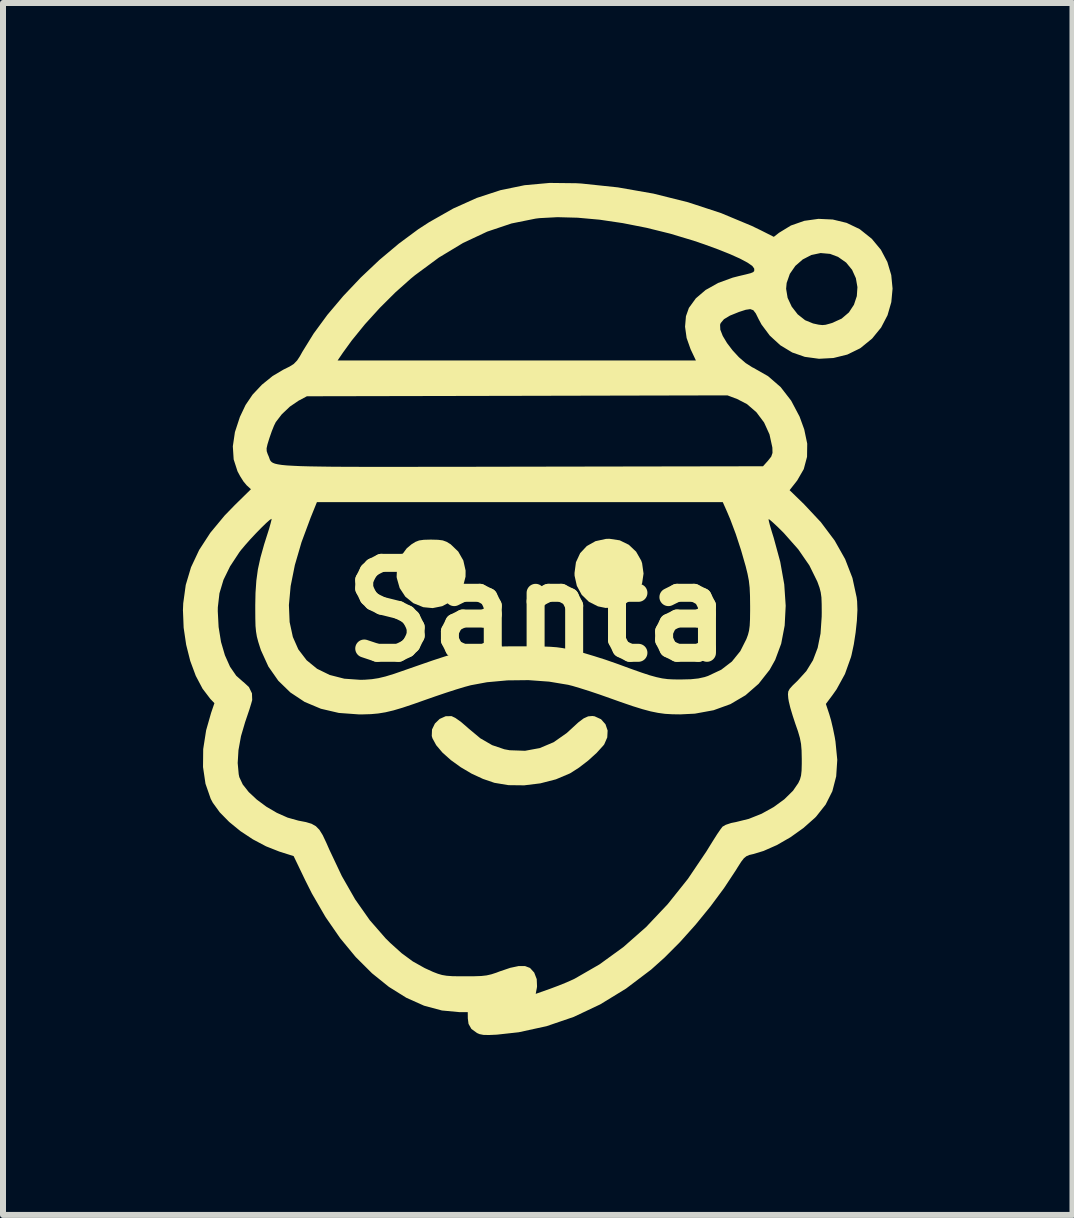
<source format=kicad_pcb>
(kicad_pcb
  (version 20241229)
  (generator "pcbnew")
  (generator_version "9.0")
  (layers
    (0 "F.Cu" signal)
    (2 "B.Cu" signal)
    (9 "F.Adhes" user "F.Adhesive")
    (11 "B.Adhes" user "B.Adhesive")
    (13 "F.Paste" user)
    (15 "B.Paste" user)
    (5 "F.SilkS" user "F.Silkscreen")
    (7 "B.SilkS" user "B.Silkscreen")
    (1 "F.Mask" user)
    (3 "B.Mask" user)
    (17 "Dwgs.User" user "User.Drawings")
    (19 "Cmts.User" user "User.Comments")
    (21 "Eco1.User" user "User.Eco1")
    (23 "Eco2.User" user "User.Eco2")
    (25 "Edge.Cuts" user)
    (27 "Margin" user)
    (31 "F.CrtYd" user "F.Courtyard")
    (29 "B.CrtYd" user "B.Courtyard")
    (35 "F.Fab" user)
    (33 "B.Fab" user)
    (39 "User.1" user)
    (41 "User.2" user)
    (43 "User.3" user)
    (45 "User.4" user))
  (footprint "Santa"
    (layer "F.Cu")
    (at 5.916 7.156)
    (property "Reference" "Santa" (at 0 0 0) (layer "F.SilkS") (effects (font (size 1.5 1.5) (thickness 0.3))))
    (attr board_only exclude_from_pos_files exclude_from_bom)
    (fp_poly (pts (xy 1.367 -1.197) (xy 1.518 -1.123) (xy 1.64 -1.008) (xy 1.725 -0.859) (xy 1.74 -0.815) (xy 1.764 -0.643) (xy 1.74 -0.481) (xy 1.674 -0.338) (xy 1.574 -0.218) (xy 1.445 -0.129) (xy 1.295 -0.077) (xy 1.13 -0.07) (xy 1.004 -0.096) (xy 0.853 -0.172) (xy 0.733 -0.289) (xy 0.652 -0.437) (xy 0.614 -0.607) (xy 0.613 -0.653) (xy 0.637 -0.832) (xy 0.707 -0.983) (xy 0.818 -1.102) (xy 0.963 -1.183) (xy 1.138 -1.221) (xy 1.195 -1.223)) (stroke (width 0) (type solid)) (fill yes) (layer "F.SilkS"))
    (fp_poly (pts (xy -1.663 -1.206) (xy -1.584 -1.196) (xy -1.521 -1.173) (xy -1.455 -1.133) (xy -1.45 -1.129) (xy -1.326 -1.01) (xy -1.241 -0.861) (xy -1.203 -0.693) (xy -1.204 -0.591) (xy -1.246 -0.427) (xy -1.331 -0.286) (xy -1.45 -0.174) (xy -1.593 -0.099) (xy -1.752 -0.067) (xy -1.908 -0.082) (xy -2.074 -0.149) (xy -2.208 -0.258) (xy -2.302 -0.401) (xy -2.351 -0.572) (xy -2.353 -0.591) (xy -2.345 -0.763) (xy -2.287 -0.925) (xy -2.185 -1.063) (xy -2.107 -1.129) (xy -2.04 -1.171) (xy -1.978 -1.195) (xy -1.9 -1.206) (xy -1.788 -1.209) (xy -1.779 -1.209)) (stroke (width 0) (type solid)) (fill yes) (layer "F.SilkS"))
    (fp_poly (pts (xy 0.948 1.737) (xy 1.055 1.786) (xy 1.129 1.869) (xy 1.165 1.974) (xy 1.159 2.089) (xy 1.109 2.204) (xy 1.092 2.226) (xy 0.982 2.347) (xy 0.841 2.475) (xy 0.689 2.592) (xy 0.547 2.683) (xy 0.537 2.689) (xy 0.303 2.788) (xy 0.043 2.855) (xy -0.226 2.888) (xy -0.489 2.885) (xy -0.723 2.846) (xy -0.913 2.781) (xy -1.103 2.693) (xy -1.284 2.586) (xy -1.449 2.467) (xy -1.588 2.343) (xy -1.693 2.219) (xy -1.756 2.103) (xy -1.767 2.065) (xy -1.763 1.957) (xy -1.715 1.858) (xy -1.636 1.781) (xy -1.536 1.736) (xy -1.437 1.734) (xy -1.374 1.764) (xy -1.283 1.828) (xy -1.177 1.919) (xy -1.156 1.938) (xy -0.957 2.104) (xy -0.76 2.218) (xy -0.556 2.287) (xy -0.468 2.303) (xy -0.212 2.312) (xy 0.033 2.267) (xy 0.265 2.169) (xy 0.482 2.017) (xy 0.561 1.945) (xy 0.675 1.84) (xy 0.765 1.772) (xy 0.84 1.738) (xy 0.91 1.732)) (stroke (width 0) (type solid)) (fill yes) (layer "F.SilkS"))
    (fp_poly (pts (xy 0.641 -7.151) (xy 0.729 -7.146) (xy 1.335 -7.082) (xy 1.929 -6.978) (xy 2.505 -6.834) (xy 3.054 -6.654) (xy 3.567 -6.44) (xy 3.72 -6.366) (xy 3.936 -6.257) (xy 4.023 -6.325) (xy 4.221 -6.446) (xy 4.444 -6.524) (xy 4.68 -6.557) (xy 4.919 -6.546) (xy 5.15 -6.49) (xy 5.363 -6.388) (xy 5.375 -6.38) (xy 5.569 -6.225) (xy 5.721 -6.042) (xy 5.829 -5.838) (xy 5.894 -5.62) (xy 5.916 -5.394) (xy 5.895 -5.169) (xy 5.832 -4.95) (xy 5.725 -4.745) (xy 5.575 -4.561) (xy 5.383 -4.404) (xy 5.368 -4.395) (xy 5.161 -4.294) (xy 4.93 -4.237) (xy 4.69 -4.224) (xy 4.453 -4.256) (xy 4.243 -4.329) (xy 4.045 -4.449) (xy 3.87 -4.609) (xy 3.731 -4.795) (xy 3.681 -4.888) (xy 3.635 -4.981) (xy 3.594 -5.034) (xy 3.543 -5.052) (xy 3.468 -5.041) (xy 3.356 -5.005) (xy 3.205 -4.944) (xy 3.105 -4.884) (xy 3.05 -4.819) (xy 3.04 -4.791) (xy 3.044 -4.709) (xy 3.085 -4.604) (xy 3.156 -4.486) (xy 3.248 -4.365) (xy 3.354 -4.25) (xy 3.466 -4.153) (xy 3.577 -4.082) (xy 3.596 -4.073) (xy 3.84 -3.934) (xy 4.05 -3.752) (xy 4.225 -3.526) (xy 4.366 -3.259) (xy 4.443 -3.047) (xy 4.493 -2.809) (xy 4.49 -2.589) (xy 4.435 -2.384) (xy 4.326 -2.195) (xy 4.308 -2.172) (xy 4.199 -2.033) (xy 4.437 -1.802) (xy 4.721 -1.499) (xy 4.95 -1.194) (xy 5.125 -0.884) (xy 5.247 -0.569) (xy 5.317 -0.246) (xy 5.325 -0.18) (xy 5.33 -0.036) (xy 5.321 0.143) (xy 5.3 0.34) (xy 5.27 0.536) (xy 5.232 0.714) (xy 5.222 0.752) (xy 5.122 1.032) (xy 4.983 1.286) (xy 4.914 1.384) (xy 4.804 1.531) (xy 4.86 1.7) (xy 4.89 1.802) (xy 4.922 1.938) (xy 4.952 2.085) (xy 4.964 2.158) (xy 4.994 2.463) (xy 4.976 2.738) (xy 4.912 2.986) (xy 4.8 3.209) (xy 4.64 3.411) (xy 4.62 3.431) (xy 4.429 3.6) (xy 4.213 3.754) (xy 3.987 3.884) (xy 3.765 3.982) (xy 3.596 4.033) (xy 3.528 4.049) (xy 3.479 4.07) (xy 3.437 4.104) (xy 3.392 4.162) (xy 3.334 4.253) (xy 3.302 4.305) (xy 3.106 4.602) (xy 2.879 4.908) (xy 2.631 5.212) (xy 2.373 5.5) (xy 2.115 5.759) (xy 1.891 5.96) (xy 1.472 6.277) (xy 1.042 6.54) (xy 0.6 6.749) (xy 0.146 6.904) (xy -0.318 7.005) (xy -0.681 7.045) (xy -0.814 7.051) (xy -0.906 7.049) (xy -0.971 7.036) (xy -1.012 7.018) (xy -1.106 6.95) (xy -1.154 6.866) (xy -1.166 6.774) (xy -1.167 6.67) (xy -1.301 6.67) (xy -1.598 6.642) (xy -1.896 6.562) (xy -2.191 6.43) (xy -2.481 6.249) (xy -2.763 6.022) (xy -3.036 5.75) (xy -3.295 5.436) (xy -3.539 5.083) (xy -3.766 4.691) (xy -3.876 4.472) (xy -4.07 4.068) (xy -4.31 3.992) (xy -4.53 3.905) (xy -4.749 3.789) (xy -4.958 3.651) (xy -5.145 3.498) (xy -5.302 3.338) (xy -5.418 3.178) (xy -5.453 3.112) (xy -5.54 2.861) (xy -5.581 2.583) (xy -5.578 2.284) (xy -5.529 1.97) (xy -5.446 1.679) (xy -5.391 1.518) (xy -5.459 1.447) (xy -5.589 1.276) (xy -5.702 1.062) (xy -5.794 0.814) (xy -5.862 0.544) (xy -5.904 0.26) (xy -5.915 -0.016) (xy -5.335 -0.016) (xy -5.321 0.249) (xy -5.281 0.497) (xy -5.216 0.719) (xy -5.131 0.91) (xy -5.027 1.061) (xy -4.908 1.166) (xy -4.906 1.166) (xy -4.816 1.249) (xy -4.765 1.354) (xy -4.761 1.465) (xy -4.761 1.466) (xy -4.777 1.523) (xy -4.806 1.618) (xy -4.846 1.737) (xy -4.879 1.834) (xy -4.948 2.069) (xy -4.99 2.301) (xy -5.003 2.516) (xy -4.986 2.703) (xy -4.976 2.751) (xy -4.919 2.873) (xy -4.819 3) (xy -4.684 3.126) (xy -4.525 3.244) (xy -4.351 3.346) (xy -4.171 3.426) (xy -3.996 3.475) (xy -3.988 3.477) (xy -3.864 3.501) (xy -3.771 3.529) (xy -3.7 3.569) (xy -3.641 3.629) (xy -3.585 3.719) (xy -3.525 3.846) (xy -3.475 3.96) (xy -3.267 4.4) (xy -3.044 4.79) (xy -2.801 5.136) (xy -2.536 5.44) (xy -2.459 5.516) (xy -2.268 5.688) (xy -2.083 5.824) (xy -1.885 5.935) (xy -1.745 5.999) (xy -1.667 6.029) (xy -1.596 6.05) (xy -1.519 6.063) (xy -1.422 6.07) (xy -1.29 6.072) (xy -1.209 6.072) (xy -1.055 6.071) (xy -0.941 6.067) (xy -0.853 6.057) (xy -0.774 6.039) (xy -0.691 6.012) (xy -0.639 5.992) (xy -0.459 5.931) (xy -0.318 5.901) (xy -0.21 5.902) (xy -0.129 5.933) (xy -0.059 6.01) (xy -0.017 6.119) (xy -0.012 6.241) (xy -0.015 6.265) (xy -0.034 6.365) (xy 0.212 6.278) (xy 0.345 6.228) (xy 0.481 6.173) (xy 0.595 6.122) (xy 0.619 6.11) (xy 1.03 5.873) (xy 1.427 5.585) (xy 1.807 5.25) (xy 2.167 4.869) (xy 2.504 4.447) (xy 2.814 3.987) (xy 2.85 3.928) (xy 2.924 3.809) (xy 2.991 3.703) (xy 3.046 3.623) (xy 3.08 3.578) (xy 3.081 3.577) (xy 3.135 3.546) (xy 3.225 3.516) (xy 3.305 3.5) (xy 3.519 3.447) (xy 3.732 3.362) (xy 3.934 3.25) (xy 4.112 3.12) (xy 4.256 2.978) (xy 4.344 2.85) (xy 4.372 2.79) (xy 4.39 2.725) (xy 4.399 2.643) (xy 4.402 2.528) (xy 4.402 2.446) (xy 4.399 2.307) (xy 4.39 2.198) (xy 4.371 2.099) (xy 4.339 1.988) (xy 4.295 1.862) (xy 4.251 1.728) (xy 4.212 1.598) (xy 4.186 1.49) (xy 4.177 1.437) (xy 4.172 1.37) (xy 4.177 1.322) (xy 4.201 1.278) (xy 4.25 1.223) (xy 4.331 1.145) (xy 4.478 0.983) (xy 4.589 0.802) (xy 4.667 0.596) (xy 4.715 0.357) (xy 4.734 0.077) (xy 4.735 0.014) (xy 4.734 -0.135) (xy 4.73 -0.245) (xy 4.718 -0.33) (xy 4.698 -0.408) (xy 4.667 -0.494) (xy 4.661 -0.51) (xy 4.529 -0.778) (xy 4.344 -1.046) (xy 4.109 -1.312) (xy 4.092 -1.33) (xy 4.001 -1.42) (xy 3.925 -1.491) (xy 3.871 -1.538) (xy 3.849 -1.552) (xy 3.852 -1.522) (xy 3.87 -1.451) (xy 3.9 -1.349) (xy 3.935 -1.236) (xy 4.043 -0.839) (xy 4.11 -0.462) (xy 4.134 -0.106) (xy 4.117 0.224) (xy 4.059 0.526) (xy 3.959 0.796) (xy 3.867 0.961) (xy 3.683 1.195) (xy 3.464 1.386) (xy 3.213 1.534) (xy 2.931 1.636) (xy 2.62 1.693) (xy 2.376 1.705) (xy 2.243 1.703) (xy 2.122 1.696) (xy 2.006 1.68) (xy 1.883 1.655) (xy 1.745 1.618) (xy 1.581 1.567) (xy 1.383 1.499) (xy 1.206 1.436) (xy 1.034 1.375) (xy 0.864 1.318) (xy 0.709 1.269) (xy 0.582 1.231) (xy 0.507 1.212) (xy 0.189 1.159) (xy -0.155 1.134) (xy -0.507 1.138) (xy -0.847 1.169) (xy -1.116 1.219) (xy -1.22 1.247) (xy -1.362 1.29) (xy -1.529 1.344) (xy -1.706 1.404) (xy -1.849 1.454) (xy -2.073 1.533) (xy -2.255 1.594) (xy -2.407 1.639) (xy -2.538 1.67) (xy -2.66 1.69) (xy -2.781 1.701) (xy -2.914 1.705) (xy -2.987 1.705) (xy -3.316 1.681) (xy -3.616 1.611) (xy -3.887 1.497) (xy -4.124 1.34) (xy -4.326 1.144) (xy -4.491 0.908) (xy -4.615 0.636) (xy -4.63 0.591) (xy -4.661 0.493) (xy -4.683 0.409) (xy -4.697 0.325) (xy -4.706 0.23) (xy -4.709 0.107) (xy -4.71 -0.055) (xy -4.71 -0.083) (xy -4.71 -0.117) (xy -4.149 -0.117) (xy -4.137 0.166) (xy -4.083 0.415) (xy -3.992 0.621) (xy -3.854 0.802) (xy -3.679 0.945) (xy -3.468 1.048) (xy -3.225 1.11) (xy -2.955 1.129) (xy -2.882 1.127) (xy -2.765 1.118) (xy -2.656 1.101) (xy -2.539 1.073) (xy -2.398 1.03) (xy -2.271 0.986) (xy -1.987 0.887) (xy -1.747 0.804) (xy -1.545 0.738) (xy -1.371 0.685) (xy -1.218 0.645) (xy -1.078 0.615) (xy -0.944 0.595) (xy -0.808 0.581) (xy -0.661 0.574) (xy -0.497 0.571) (xy -0.307 0.57) (xy -0.278 0.57) (xy -0.074 0.571) (xy 0.086 0.573) (xy 0.213 0.578) (xy 0.317 0.586) (xy 0.411 0.599) (xy 0.505 0.616) (xy 0.61 0.64) (xy 0.625 0.644) (xy 0.766 0.681) (xy 0.939 0.733) (xy 1.125 0.792) (xy 1.303 0.854) (xy 1.348 0.87) (xy 1.56 0.948) (xy 1.73 1.008) (xy 1.866 1.053) (xy 1.979 1.084) (xy 2.076 1.105) (xy 2.168 1.117) (xy 2.263 1.122) (xy 2.371 1.123) (xy 2.39 1.123) (xy 2.553 1.119) (xy 2.677 1.106) (xy 2.782 1.083) (xy 2.839 1.064) (xy 3.06 0.96) (xy 3.237 0.824) (xy 3.377 0.651) (xy 3.479 0.449) (xy 3.505 0.378) (xy 3.523 0.308) (xy 3.534 0.226) (xy 3.539 0.12) (xy 3.541 -0.024) (xy 3.541 -0.097) (xy 3.539 -0.271) (xy 3.533 -0.408) (xy 3.52 -0.524) (xy 3.498 -0.638) (xy 3.467 -0.764) (xy 3.39 -1.032) (xy 3.302 -1.301) (xy 3.209 -1.549) (xy 3.156 -1.674) (xy 3.085 -1.834) (xy -0.298 -1.834) (xy -3.682 -1.834) (xy -3.786 -1.577) (xy -3.939 -1.165) (xy -4.05 -0.784) (xy -4.12 -0.434) (xy -4.149 -0.117) (xy -4.71 -0.117) (xy -4.706 -0.319) (xy -4.692 -0.524) (xy -4.666 -0.715) (xy -4.623 -0.911) (xy -4.562 -1.129) (xy -4.517 -1.271) (xy -4.48 -1.387) (xy -4.454 -1.48) (xy -4.439 -1.54) (xy -4.438 -1.556) (xy -4.469 -1.537) (xy -4.529 -1.484) (xy -4.607 -1.408) (xy -4.697 -1.316) (xy -4.789 -1.218) (xy -4.874 -1.122) (xy -4.945 -1.038) (xy -4.974 -1) (xy -5.13 -0.763) (xy -5.24 -0.538) (xy -5.307 -0.314) (xy -5.334 -0.081) (xy -5.335 -0.016) (xy -5.915 -0.016) (xy -5.916 -0.027) (xy -5.911 -0.147) (xy -5.869 -0.453) (xy -5.781 -0.748) (xy -5.645 -1.037) (xy -5.459 -1.323) (xy -5.221 -1.61) (xy -5.054 -1.782) (xy -4.782 -2.049) (xy -4.854 -2.115) (xy -4.905 -2.176) (xy -4.962 -2.266) (xy -5.006 -2.348) (xy -5.07 -2.546) (xy -5.082 -2.732) (xy -4.521 -2.732) (xy -4.519 -2.683) (xy -4.503 -2.635) (xy -4.492 -2.61) (xy -4.481 -2.584) (xy -4.473 -2.56) (xy -4.465 -2.539) (xy -4.454 -2.52) (xy -4.438 -2.503) (xy -4.414 -2.488) (xy -4.38 -2.475) (xy -4.332 -2.464) (xy -4.268 -2.454) (xy -4.186 -2.446) (xy -4.082 -2.44) (xy -3.954 -2.434) (xy -3.8 -2.43) (xy -3.617 -2.427) (xy -3.402 -2.424) (xy -3.152 -2.423) (xy -2.864 -2.422) (xy -2.538 -2.422) (xy -2.168 -2.422) (xy -1.753 -2.423) (xy -1.291 -2.423) (xy -0.778 -2.424) (xy -0.269 -2.425) (xy 3.756 -2.432) (xy 3.84 -2.526) (xy 3.893 -2.593) (xy 3.914 -2.654) (xy 3.912 -2.737) (xy 3.911 -2.748) (xy 3.864 -2.963) (xy 3.774 -3.161) (xy 3.646 -3.332) (xy 3.489 -3.468) (xy 3.325 -3.553) (xy 3.163 -3.614) (xy -0.343 -3.606) (xy -3.849 -3.599) (xy -3.988 -3.525) (xy -4.132 -3.427) (xy -4.268 -3.298) (xy -4.368 -3.168) (xy -4.398 -3.107) (xy -4.436 -3.012) (xy -4.473 -2.905) (xy -4.474 -2.902) (xy -4.506 -2.799) (xy -4.521 -2.732) (xy -5.082 -2.732) (xy -5.084 -2.765) (xy -5.049 -3.002) (xy -4.966 -3.255) (xy -4.872 -3.453) (xy -4.755 -3.626) (xy -4.599 -3.792) (xy -4.42 -3.937) (xy -4.243 -4.042) (xy -4.138 -4.094) (xy -4.067 -4.139) (xy -4.016 -4.192) (xy -4.012 -4.196) (xy -3.337 -4.196) (xy -0.35 -4.196) (xy 2.637 -4.196) (xy 2.548 -4.384) (xy 2.482 -4.571) (xy 2.456 -4.759) (xy 2.471 -4.934) (xy 2.52 -5.072) (xy 2.636 -5.232) (xy 2.8 -5.372) (xy 2.835 -5.391) (xy 4.141 -5.391) (xy 4.166 -5.24) (xy 4.234 -5.094) (xy 4.334 -4.965) (xy 4.458 -4.867) (xy 4.59 -4.813) (xy 4.682 -4.793) (xy 4.745 -4.786) (xy 4.8 -4.791) (xy 4.873 -4.811) (xy 4.907 -4.821) (xy 5.066 -4.893) (xy 5.188 -4.997) (xy 5.272 -5.125) (xy 5.32 -5.269) (xy 5.33 -5.419) (xy 5.304 -5.568) (xy 5.241 -5.707) (xy 5.142 -5.828) (xy 5.007 -5.923) (xy 4.874 -5.973) (xy 4.716 -5.987) (xy 4.561 -5.954) (xy 4.418 -5.88) (xy 4.295 -5.773) (xy 4.203 -5.64) (xy 4.15 -5.488) (xy 4.141 -5.391) (xy 2.835 -5.391) (xy 3.007 -5.488) (xy 3.251 -5.577) (xy 3.349 -5.602) (xy 3.471 -5.631) (xy 3.549 -5.651) (xy 3.591 -5.668) (xy 3.609 -5.687) (xy 3.61 -5.711) (xy 3.608 -5.73) (xy 3.576 -5.773) (xy 3.496 -5.828) (xy 3.372 -5.894) (xy 3.207 -5.968) (xy 3.007 -6.048) (xy 2.777 -6.132) (xy 2.598 -6.193) (xy 2.209 -6.31) (xy 1.813 -6.408) (xy 1.417 -6.486) (xy 1.032 -6.543) (xy 0.666 -6.576) (xy 0.329 -6.585) (xy 0.029 -6.569) (xy -0.036 -6.561) (xy -0.438 -6.48) (xy -0.843 -6.344) (xy -1.247 -6.154) (xy -1.648 -5.912) (xy -2.046 -5.618) (xy -2.117 -5.56) (xy -2.375 -5.33) (xy -2.634 -5.072) (xy -2.881 -4.8) (xy -3.102 -4.528) (xy -3.247 -4.328) (xy -3.337 -4.196) (xy -4.012 -4.196) (xy -3.966 -4.266) (xy -3.923 -4.343) (xy -3.737 -4.644) (xy -3.508 -4.956) (xy -3.242 -5.271) (xy -2.95 -5.579) (xy -2.639 -5.873) (xy -2.316 -6.144) (xy -1.992 -6.384) (xy -1.813 -6.5) (xy -1.41 -6.729) (xy -1.016 -6.906) (xy -0.622 -7.035) (xy -0.22 -7.118) (xy 0.198 -7.156)) (stroke (width 0) (type solid)) (fill yes) (layer "F.SilkS")))
  (gr_rect
    (start -3 -3)
    (end 14.832 17.207)
    (stroke (width 0.1) (type default))
    (fill no)
    (layer "Edge.Cuts")))
</source>
